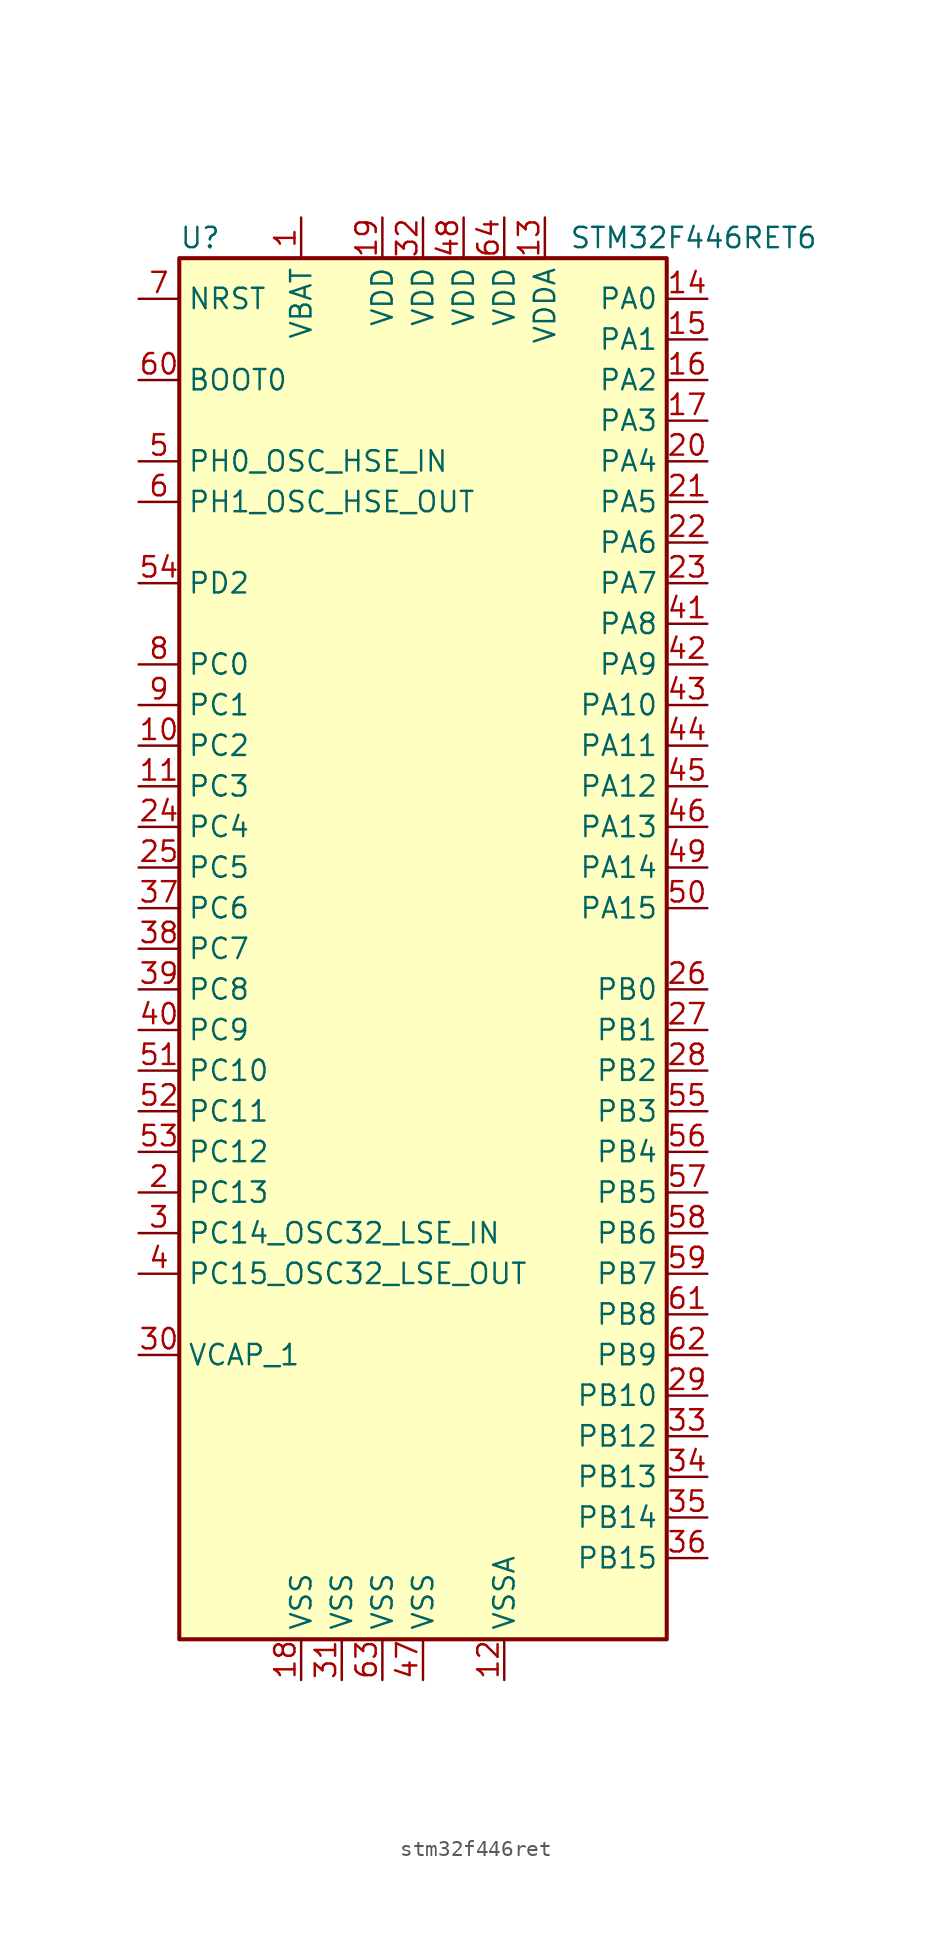
<source format=kicad_sym>
(kicad_symbol_lib
  (version 20241209)
  (generator "kicad_symbol_editor")
  (generator_version "9.0")
  (symbol "stm32f446ret"
    (property "Reference" "U"
      (at -15.24 44.45 0)
      (effects (font (size 1.27 1.27)) (justify left)))
    (property "Value" "STM32F446RET6"
      (at 9.144 44.45 0)
      (effects (font (size 1.27 1.27)) (justify left)))
    (symbol "stm32f446ret_0_1"
      (rectangle (start -15.24 -43.18) (end 15.24 43.18) (stroke (width 0.254) (type default)) (fill (type background))))
    (symbol "stm32f446ret_1_1"
      (pin input line (at -17.78 40.64 0) (length 2.54) (name "NRST" (effects (font (size 1.27 1.27)))) (number "7" (effects (font (size 1.27 1.27)))))
      (pin input line (at -17.78 35.56 0) (length 2.54) (name "BOOT0" (effects (font (size 1.27 1.27)))) (number "60" (effects (font (size 1.27 1.27)))))
      (pin bidirectional line (at -17.78 30.48 0) (length 2.54) (name "PH0_OSC_HSE_IN" (effects (font (size 1.27 1.27)))) (number "5" (effects (font (size 1.27 1.27)))) (alternate "RCC_OSC_IN" bidirectional line))
      (pin bidirectional line (at -17.78 27.94 0) (length 2.54) (name "PH1_OSC_HSE_OUT" (effects (font (size 1.27 1.27)))) (number "6" (effects (font (size 1.27 1.27)))) (alternate "RCC_OSC_OUT" bidirectional line))
      (pin bidirectional line (at -17.78 22.86 0) (length 2.54) (name "PD2" (effects (font (size 1.27 1.27)))) (number "54" (effects (font (size 1.27 1.27)))) (alternate "DCMI_D11" bidirectional line) (alternate "SDIO_CMD" bidirectional line) (alternate "TIM3_ETR" bidirectional line) (alternate "UART5_RX" bidirectional line))
      (pin bidirectional line (at -17.78 17.78 0) (length 2.54) (name "PC0" (effects (font (size 1.27 1.27)))) (number "8" (effects (font (size 1.27 1.27)))) (alternate "ADC1_IN10" bidirectional line) (alternate "ADC2_IN10" bidirectional line) (alternate "ADC3_IN10" bidirectional line) (alternate "SAI1_MCLK_B" bidirectional line) (alternate "USB_OTG_HS_ULPI_STP" bidirectional line))
      (pin bidirectional line (at -17.78 15.24 0) (length 2.54) (name "PC1" (effects (font (size 1.27 1.27)))) (number "9" (effects (font (size 1.27 1.27)))) (alternate "ADC1_IN11" bidirectional line) (alternate "ADC2_IN11" bidirectional line) (alternate "ADC3_IN11" bidirectional line) (alternate "I2S2_SD" bidirectional line) (alternate "I2S3_SD" bidirectional line) (alternate "SAI1_SD_A" bidirectional line) (alternate "SPI2_MOSI" bidirectional line) (alternate "SPI3_MOSI" bidirectional line))
      (pin bidirectional line (at -17.78 12.7 0) (length 2.54) (name "PC2" (effects (font (size 1.27 1.27)))) (number "10" (effects (font (size 1.27 1.27)))) (alternate "ADC1_IN12" bidirectional line) (alternate "ADC2_IN12" bidirectional line) (alternate "ADC3_IN12" bidirectional line) (alternate "SPI2_MISO" bidirectional line) (alternate "USB_OTG_HS_ULPI_DIR" bidirectional line))
      (pin bidirectional line (at -17.78 10.16 0) (length 2.54) (name "PC3" (effects (font (size 1.27 1.27)))) (number "11" (effects (font (size 1.27 1.27)))) (alternate "ADC1_IN13" bidirectional line) (alternate "ADC2_IN13" bidirectional line) (alternate "ADC3_IN13" bidirectional line) (alternate "I2S2_SD" bidirectional line) (alternate "SPI2_MOSI" bidirectional line) (alternate "USB_OTG_HS_ULPI_NXT" bidirectional line))
      (pin bidirectional line (at -17.78 7.62 0) (length 2.54) (name "PC4" (effects (font (size 1.27 1.27)))) (number "24" (effects (font (size 1.27 1.27)))) (alternate "ADC1_IN14" bidirectional line) (alternate "ADC2_IN14" bidirectional line) (alternate "I2S1_MCK" bidirectional line) (alternate "SPDIFRX_IN2" bidirectional line))
      (pin bidirectional line (at -17.78 5.08 0) (length 2.54) (name "PC5" (effects (font (size 1.27 1.27)))) (number "25" (effects (font (size 1.27 1.27)))) (alternate "ADC1_IN15" bidirectional line) (alternate "ADC2_IN15" bidirectional line) (alternate "SPDIFRX_IN3" bidirectional line) (alternate "USART3_RX" bidirectional line))
      (pin bidirectional line (at -17.78 2.54 0) (length 2.54) (name "PC6" (effects (font (size 1.27 1.27)))) (number "37" (effects (font (size 1.27 1.27)))) (alternate "DCMI_D0" bidirectional line) (alternate "FMPI2C1_SCL" bidirectional line) (alternate "I2S2_MCK" bidirectional line) (alternate "SDIO_D6" bidirectional line) (alternate "TIM3_CH1" bidirectional line) (alternate "TIM8_CH1" bidirectional line) (alternate "USART6_TX" bidirectional line))
      (pin bidirectional line (at -17.78 0 0) (length 2.54) (name "PC7" (effects (font (size 1.27 1.27)))) (number "38" (effects (font (size 1.27 1.27)))) (alternate "DCMI_D1" bidirectional line) (alternate "FMPI2C1_SDA" bidirectional line) (alternate "I2S2_CK" bidirectional line) (alternate "I2S3_MCK" bidirectional line) (alternate "SDIO_D7" bidirectional line) (alternate "SPDIFRX_IN1" bidirectional line) (alternate "SPI2_SCK" bidirectional line) (alternate "TIM3_CH2" bidirectional line) (alternate "TIM8_CH2" bidirectional line) (alternate "USART6_RX" bidirectional line))
      (pin bidirectional line (at -17.78 -2.54 0) (length 2.54) (name "PC8" (effects (font (size 1.27 1.27)))) (number "39" (effects (font (size 1.27 1.27)))) (alternate "DCMI_D2" bidirectional line) (alternate "SDIO_D0" bidirectional line) (alternate "SYS_TRACED0" bidirectional line) (alternate "TIM3_CH3" bidirectional line) (alternate "TIM8_CH3" bidirectional line) (alternate "UART5_RTS" bidirectional line) (alternate "USART6_CK" bidirectional line))
      (pin bidirectional line (at -17.78 -5.08 0) (length 2.54) (name "PC9" (effects (font (size 1.27 1.27)))) (number "40" (effects (font (size 1.27 1.27)))) (alternate "DAC_EXTI9" bidirectional line) (alternate "DCMI_D3" bidirectional line) (alternate "I2C3_SDA" bidirectional line) (alternate "I2S_CKIN" bidirectional line) (alternate "QUADSPI_BK1_IO0" bidirectional line) (alternate "RCC_MCO_2" bidirectional line) (alternate "SDIO_D1" bidirectional line) (alternate "TIM3_CH4" bidirectional line) (alternate "TIM8_CH4" bidirectional line) (alternate "UART5_CTS" bidirectional line))
      (pin bidirectional line (at -17.78 -7.62 0) (length 2.54) (name "PC10" (effects (font (size 1.27 1.27)))) (number "51" (effects (font (size 1.27 1.27)))) (alternate "DCMI_D8" bidirectional line) (alternate "I2S3_CK" bidirectional line) (alternate "QUADSPI_BK1_IO1" bidirectional line) (alternate "SDIO_D2" bidirectional line) (alternate "SPI3_SCK" bidirectional line) (alternate "UART4_TX" bidirectional line) (alternate "USART3_TX" bidirectional line))
      (pin bidirectional line (at -17.78 -10.16 0) (length 2.54) (name "PC11" (effects (font (size 1.27 1.27)))) (number "52" (effects (font (size 1.27 1.27)))) (alternate "ADC1_EXTI11" bidirectional line) (alternate "ADC2_EXTI11" bidirectional line) (alternate "ADC3_EXTI11" bidirectional line) (alternate "DCMI_D4" bidirectional line) (alternate "QUADSPI_BK2_NCS" bidirectional line) (alternate "SDIO_D3" bidirectional line) (alternate "SPI3_MISO" bidirectional line) (alternate "UART4_RX" bidirectional line) (alternate "USART3_RX" bidirectional line))
      (pin bidirectional line (at -17.78 -12.7 0) (length 2.54) (name "PC12" (effects (font (size 1.27 1.27)))) (number "53" (effects (font (size 1.27 1.27)))) (alternate "DCMI_D9" bidirectional line) (alternate "I2C2_SDA" bidirectional line) (alternate "I2S3_SD" bidirectional line) (alternate "SDIO_CK" bidirectional line) (alternate "SPI3_MOSI" bidirectional line) (alternate "UART5_TX" bidirectional line) (alternate "USART3_CK" bidirectional line))
      (pin bidirectional line (at -17.78 -15.24 0) (length 2.54) (name "PC13" (effects (font (size 1.27 1.27)))) (number "2" (effects (font (size 1.27 1.27)))) (alternate "RTC_AF1" bidirectional line) (alternate "SYS_WKUP1" bidirectional line))
      (pin bidirectional line (at -17.78 -17.78 0) (length 2.54) (name "PC14_OSC32_LSE_IN" (effects (font (size 1.27 1.27)))) (number "3" (effects (font (size 1.27 1.27)))) (alternate "RCC_OSC32_IN" bidirectional line))
      (pin bidirectional line (at -17.78 -20.32 0) (length 2.54) (name "PC15_OSC32_LSE_OUT" (effects (font (size 1.27 1.27)))) (number "4" (effects (font (size 1.27 1.27)))) (alternate "ADC1_EXTI15" bidirectional line) (alternate "ADC2_EXTI15" bidirectional line) (alternate "ADC3_EXTI15" bidirectional line) (alternate "RCC_OSC32_OUT" bidirectional line))
      (pin power_out line (at -17.78 -25.4 0) (length 2.54) (name "VCAP_1" (effects (font (size 1.27 1.27)))) (number "30" (effects (font (size 1.27 1.27)))))
      (pin power_in line (at -7.62 45.72 270) (length 2.54) (name "VBAT" (effects (font (size 1.27 1.27)))) (number "1" (effects (font (size 1.27 1.27)))))
      (pin power_in line (at -7.62 -45.72 90) (length 2.54) (name "VSS" (effects (font (size 1.27 1.27)))) (number "18" (effects (font (size 1.27 1.27)))))
      (pin power_in line (at -5.08 -45.72 90) (length 2.54) (name "VSS" (effects (font (size 1.27 1.27)))) (number "31" (effects (font (size 1.27 1.27)))))
      (pin power_in line (at -2.54 45.72 270) (length 2.54) (name "VDD" (effects (font (size 1.27 1.27)))) (number "19" (effects (font (size 1.27 1.27)))))
      (pin power_in line (at -2.54 -45.72 90) (length 2.54) (name "VSS" (effects (font (size 1.27 1.27)))) (number "63" (effects (font (size 1.27 1.27)))))
      (pin power_in line (at 0 45.72 270) (length 2.54) (name "VDD" (effects (font (size 1.27 1.27)))) (number "32" (effects (font (size 1.27 1.27)))))
      (pin power_in line (at 0 -45.72 90) (length 2.54) (name "VSS" (effects (font (size 1.27 1.27)))) (number "47" (effects (font (size 1.27 1.27)))))
      (pin power_in line (at 2.54 45.72 270) (length 2.54) (name "VDD" (effects (font (size 1.27 1.27)))) (number "48" (effects (font (size 1.27 1.27)))))
      (pin power_in line (at 5.08 45.72 270) (length 2.54) (name "VDD" (effects (font (size 1.27 1.27)))) (number "64" (effects (font (size 1.27 1.27)))))
      (pin power_in line (at 5.08 -45.72 90) (length 2.54) (name "VSSA" (effects (font (size 1.27 1.27)))) (number "12" (effects (font (size 1.27 1.27)))))
      (pin power_in line (at 7.62 45.72 270) (length 2.54) (name "VDDA" (effects (font (size 1.27 1.27)))) (number "13" (effects (font (size 1.27 1.27)))))
      (pin bidirectional line (at 17.78 40.64 180) (length 2.54) (name "PA0" (effects (font (size 1.27 1.27)))) (number "14" (effects (font (size 1.27 1.27)))) (alternate "ADC1_IN0" bidirectional line) (alternate "ADC2_IN0" bidirectional line) (alternate "ADC3_IN0" bidirectional line) (alternate "RTC_AF2" bidirectional line) (alternate "SYS_WKUP0" bidirectional line) (alternate "TIM2_CH1" bidirectional line) (alternate "TIM2_ETR" bidirectional line) (alternate "TIM5_CH1" bidirectional line) (alternate "TIM8_ETR" bidirectional line) (alternate "UART4_TX" bidirectional line) (alternate "USART2_CTS" bidirectional line))
      (pin bidirectional line (at 17.78 38.1 180) (length 2.54) (name "PA1" (effects (font (size 1.27 1.27)))) (number "15" (effects (font (size 1.27 1.27)))) (alternate "ADC1_IN1" bidirectional line) (alternate "ADC2_IN1" bidirectional line) (alternate "ADC3_IN1" bidirectional line) (alternate "QUADSPI_BK1_IO3" bidirectional line) (alternate "TIM2_CH2" bidirectional line) (alternate "TIM5_CH2" bidirectional line) (alternate "UART4_RX" bidirectional line) (alternate "USART2_RTS" bidirectional line))
      (pin bidirectional line (at 17.78 35.56 180) (length 2.54) (name "PA2" (effects (font (size 1.27 1.27)))) (number "16" (effects (font (size 1.27 1.27)))) (alternate "ADC1_IN2" bidirectional line) (alternate "ADC2_IN2" bidirectional line) (alternate "ADC3_IN2" bidirectional line) (alternate "TIM2_CH3" bidirectional line) (alternate "TIM5_CH3" bidirectional line) (alternate "TIM9_CH1" bidirectional line) (alternate "USART2_TX" bidirectional line))
      (pin bidirectional line (at 17.78 33.02 180) (length 2.54) (name "PA3" (effects (font (size 1.27 1.27)))) (number "17" (effects (font (size 1.27 1.27)))) (alternate "ADC1_IN3" bidirectional line) (alternate "ADC2_IN3" bidirectional line) (alternate "ADC3_IN3" bidirectional line) (alternate "SAI1_FS_A" bidirectional line) (alternate "TIM2_CH4" bidirectional line) (alternate "TIM5_CH4" bidirectional line) (alternate "TIM9_CH2" bidirectional line) (alternate "USART2_RX" bidirectional line) (alternate "USB_OTG_HS_ULPI_D0" bidirectional line))
      (pin bidirectional line (at 17.78 30.48 180) (length 2.54) (name "PA4" (effects (font (size 1.27 1.27)))) (number "20" (effects (font (size 1.27 1.27)))) (alternate "ADC1_IN4" bidirectional line) (alternate "ADC2_IN4" bidirectional line) (alternate "DAC_OUT1" bidirectional line) (alternate "DCMI_HSYNC" bidirectional line) (alternate "I2S1_WS" bidirectional line) (alternate "I2S3_WS" bidirectional line) (alternate "SPI1_NSS" bidirectional line) (alternate "SPI3_NSS" bidirectional line) (alternate "USART2_CK" bidirectional line) (alternate "USB_OTG_HS_SOF" bidirectional line))
      (pin bidirectional line (at 17.78 27.94 180) (length 2.54) (name "PA5" (effects (font (size 1.27 1.27)))) (number "21" (effects (font (size 1.27 1.27)))) (alternate "ADC1_IN5" bidirectional line) (alternate "ADC2_IN5" bidirectional line) (alternate "DAC_OUT2" bidirectional line) (alternate "I2S1_CK" bidirectional line) (alternate "SPI1_SCK" bidirectional line) (alternate "TIM2_CH1" bidirectional line) (alternate "TIM2_ETR" bidirectional line) (alternate "TIM8_CH1N" bidirectional line) (alternate "USB_OTG_HS_ULPI_CK" bidirectional line))
      (pin bidirectional line (at 17.78 25.4 180) (length 2.54) (name "PA6" (effects (font (size 1.27 1.27)))) (number "22" (effects (font (size 1.27 1.27)))) (alternate "ADC1_IN6" bidirectional line) (alternate "ADC2_IN6" bidirectional line) (alternate "DCMI_PIXCLK" bidirectional line) (alternate "I2S2_MCK" bidirectional line) (alternate "SPI1_MISO" bidirectional line) (alternate "TIM13_CH1" bidirectional line) (alternate "TIM1_BKIN" bidirectional line) (alternate "TIM3_CH1" bidirectional line) (alternate "TIM8_BKIN" bidirectional line))
      (pin bidirectional line (at 17.78 22.86 180) (length 2.54) (name "PA7" (effects (font (size 1.27 1.27)))) (number "23" (effects (font (size 1.27 1.27)))) (alternate "ADC1_IN7" bidirectional line) (alternate "ADC2_IN7" bidirectional line) (alternate "I2S1_SD" bidirectional line) (alternate "SPI1_MOSI" bidirectional line) (alternate "TIM14_CH1" bidirectional line) (alternate "TIM1_CH1N" bidirectional line) (alternate "TIM3_CH2" bidirectional line) (alternate "TIM8_CH1N" bidirectional line))
      (pin bidirectional line (at 17.78 20.32 180) (length 2.54) (name "PA8" (effects (font (size 1.27 1.27)))) (number "41" (effects (font (size 1.27 1.27)))) (alternate "I2C3_SCL" bidirectional line) (alternate "RCC_MCO_1" bidirectional line) (alternate "TIM1_CH1" bidirectional line) (alternate "USART1_CK" bidirectional line) (alternate "USB_OTG_FS_SOF" bidirectional line))
      (pin bidirectional line (at 17.78 17.78 180) (length 2.54) (name "PA9" (effects (font (size 1.27 1.27)))) (number "42" (effects (font (size 1.27 1.27)))) (alternate "DAC_EXTI9" bidirectional line) (alternate "DCMI_D0" bidirectional line) (alternate "I2C3_SMBA" bidirectional line) (alternate "I2S2_CK" bidirectional line) (alternate "SAI1_SD_B" bidirectional line) (alternate "SPI2_SCK" bidirectional line) (alternate "TIM1_CH2" bidirectional line) (alternate "USART1_TX" bidirectional line) (alternate "USB_OTG_FS_VBUS" bidirectional line))
      (pin bidirectional line (at 17.78 15.24 180) (length 2.54) (name "PA10" (effects (font (size 1.27 1.27)))) (number "43" (effects (font (size 1.27 1.27)))) (alternate "DCMI_D1" bidirectional line) (alternate "TIM1_CH3" bidirectional line) (alternate "USART1_RX" bidirectional line) (alternate "USB_OTG_FS_ID" bidirectional line))
      (pin bidirectional line (at 17.78 12.7 180) (length 2.54) (name "PA11" (effects (font (size 1.27 1.27)))) (number "44" (effects (font (size 1.27 1.27)))) (alternate "ADC1_EXTI11" bidirectional line) (alternate "ADC2_EXTI11" bidirectional line) (alternate "ADC3_EXTI11" bidirectional line) (alternate "CAN1_RX" bidirectional line) (alternate "TIM1_CH4" bidirectional line) (alternate "USART1_CTS" bidirectional line) (alternate "USB_OTG_FS_DM" bidirectional line))
      (pin bidirectional line (at 17.78 10.16 180) (length 2.54) (name "PA12" (effects (font (size 1.27 1.27)))) (number "45" (effects (font (size 1.27 1.27)))) (alternate "CAN1_TX" bidirectional line) (alternate "TIM1_ETR" bidirectional line) (alternate "USART1_RTS" bidirectional line) (alternate "USB_OTG_FS_DP" bidirectional line))
      (pin bidirectional line (at 17.78 7.62 180) (length 2.54) (name "PA13" (effects (font (size 1.27 1.27)))) (number "46" (effects (font (size 1.27 1.27)))) (alternate "SYS_JTMS-SWDIO" bidirectional line))
      (pin bidirectional line (at 17.78 5.08 180) (length 2.54) (name "PA14" (effects (font (size 1.27 1.27)))) (number "49" (effects (font (size 1.27 1.27)))) (alternate "SYS_JTCK-SWCLK" bidirectional line))
      (pin bidirectional line (at 17.78 2.54 180) (length 2.54) (name "PA15" (effects (font (size 1.27 1.27)))) (number "50" (effects (font (size 1.27 1.27)))) (alternate "ADC1_EXTI15" bidirectional line) (alternate "ADC2_EXTI15" bidirectional line) (alternate "ADC3_EXTI15" bidirectional line) (alternate "CEC" bidirectional line) (alternate "I2S1_WS" bidirectional line) (alternate "I2S3_WS" bidirectional line) (alternate "SPI1_NSS" bidirectional line) (alternate "SPI3_NSS" bidirectional line) (alternate "SYS_JTDI" bidirectional line) (alternate "TIM2_CH1" bidirectional line) (alternate "TIM2_ETR" bidirectional line) (alternate "UART4_RTS" bidirectional line))
      (pin bidirectional line (at 17.78 -2.54 180) (length 2.54) (name "PB0" (effects (font (size 1.27 1.27)))) (number "26" (effects (font (size 1.27 1.27)))) (alternate "ADC1_IN8" bidirectional line) (alternate "ADC2_IN8" bidirectional line) (alternate "I2S3_SD" bidirectional line) (alternate "SDIO_D1" bidirectional line) (alternate "SPI3_MOSI" bidirectional line) (alternate "TIM1_CH2N" bidirectional line) (alternate "TIM3_CH3" bidirectional line) (alternate "TIM8_CH2N" bidirectional line) (alternate "UART4_CTS" bidirectional line) (alternate "USB_OTG_HS_ULPI_D1" bidirectional line))
      (pin bidirectional line (at 17.78 -5.08 180) (length 2.54) (name "PB1" (effects (font (size 1.27 1.27)))) (number "27" (effects (font (size 1.27 1.27)))) (alternate "ADC1_IN9" bidirectional line) (alternate "ADC2_IN9" bidirectional line) (alternate "SDIO_D2" bidirectional line) (alternate "TIM1_CH3N" bidirectional line) (alternate "TIM3_CH4" bidirectional line) (alternate "TIM8_CH3N" bidirectional line) (alternate "USB_OTG_HS_ULPI_D2" bidirectional line))
      (pin bidirectional line (at 17.78 -7.62 180) (length 2.54) (name "PB2" (effects (font (size 1.27 1.27)))) (number "28" (effects (font (size 1.27 1.27)))) (alternate "I2S3_SD" bidirectional line) (alternate "QUADSPI_CLK" bidirectional line) (alternate "SAI1_SD_A" bidirectional line) (alternate "SDIO_CK" bidirectional line) (alternate "SPI3_MOSI" bidirectional line) (alternate "TIM2_CH4" bidirectional line) (alternate "USB_OTG_HS_ULPI_D4" bidirectional line))
      (pin bidirectional line (at 17.78 -10.16 180) (length 2.54) (name "PB3" (effects (font (size 1.27 1.27)))) (number "55" (effects (font (size 1.27 1.27)))) (alternate "I2C2_SDA" bidirectional line) (alternate "I2S1_CK" bidirectional line) (alternate "I2S3_CK" bidirectional line) (alternate "SPI1_SCK" bidirectional line) (alternate "SPI3_SCK" bidirectional line) (alternate "SYS_JTDO-SWO" bidirectional line) (alternate "TIM2_CH2" bidirectional line))
      (pin bidirectional line (at 17.78 -12.7 180) (length 2.54) (name "PB4" (effects (font (size 1.27 1.27)))) (number "56" (effects (font (size 1.27 1.27)))) (alternate "I2C3_SDA" bidirectional line) (alternate "I2S2_WS" bidirectional line) (alternate "SPI1_MISO" bidirectional line) (alternate "SPI2_NSS" bidirectional line) (alternate "SPI3_MISO" bidirectional line) (alternate "SYS_JTRST" bidirectional line) (alternate "TIM3_CH1" bidirectional line))
      (pin bidirectional line (at 17.78 -15.24 180) (length 2.54) (name "PB5" (effects (font (size 1.27 1.27)))) (number "57" (effects (font (size 1.27 1.27)))) (alternate "CAN2_RX" bidirectional line) (alternate "DCMI_D10" bidirectional line) (alternate "I2C1_SMBA" bidirectional line) (alternate "I2S1_SD" bidirectional line) (alternate "I2S3_SD" bidirectional line) (alternate "SPI1_MOSI" bidirectional line) (alternate "SPI3_MOSI" bidirectional line) (alternate "TIM3_CH2" bidirectional line) (alternate "USB_OTG_HS_ULPI_D7" bidirectional line))
      (pin bidirectional line (at 17.78 -17.78 180) (length 2.54) (name "PB6" (effects (font (size 1.27 1.27)))) (number "58" (effects (font (size 1.27 1.27)))) (alternate "CAN2_TX" bidirectional line) (alternate "CEC" bidirectional line) (alternate "DCMI_D5" bidirectional line) (alternate "I2C1_SCL" bidirectional line) (alternate "QUADSPI_BK1_NCS" bidirectional line) (alternate "TIM4_CH1" bidirectional line) (alternate "USART1_TX" bidirectional line))
      (pin bidirectional line (at 17.78 -20.32 180) (length 2.54) (name "PB7" (effects (font (size 1.27 1.27)))) (number "59" (effects (font (size 1.27 1.27)))) (alternate "DCMI_VSYNC" bidirectional line) (alternate "I2C1_SDA" bidirectional line) (alternate "SPDIFRX_IN0" bidirectional line) (alternate "TIM4_CH2" bidirectional line) (alternate "USART1_RX" bidirectional line))
      (pin bidirectional line (at 17.78 -22.86 180) (length 2.54) (name "PB8" (effects (font (size 1.27 1.27)))) (number "61" (effects (font (size 1.27 1.27)))) (alternate "CAN1_RX" bidirectional line) (alternate "DCMI_D6" bidirectional line) (alternate "I2C1_SCL" bidirectional line) (alternate "SDIO_D4" bidirectional line) (alternate "TIM10_CH1" bidirectional line) (alternate "TIM2_CH1" bidirectional line) (alternate "TIM2_ETR" bidirectional line) (alternate "TIM4_CH3" bidirectional line))
      (pin bidirectional line (at 17.78 -25.4 180) (length 2.54) (name "PB9" (effects (font (size 1.27 1.27)))) (number "62" (effects (font (size 1.27 1.27)))) (alternate "CAN1_TX" bidirectional line) (alternate "DAC_EXTI9" bidirectional line) (alternate "DCMI_D7" bidirectional line) (alternate "I2C1_SDA" bidirectional line) (alternate "I2S2_WS" bidirectional line) (alternate "SAI1_FS_B" bidirectional line) (alternate "SDIO_D5" bidirectional line) (alternate "SPI2_NSS" bidirectional line) (alternate "TIM11_CH1" bidirectional line) (alternate "TIM2_CH2" bidirectional line) (alternate "TIM4_CH4" bidirectional line))
      (pin bidirectional line (at 17.78 -27.94 180) (length 2.54) (name "PB10" (effects (font (size 1.27 1.27)))) (number "29" (effects (font (size 1.27 1.27)))) (alternate "I2C2_SCL" bidirectional line) (alternate "I2S2_CK" bidirectional line) (alternate "SAI1_SCK_A" bidirectional line) (alternate "SPI2_SCK" bidirectional line) (alternate "TIM2_CH3" bidirectional line) (alternate "USART3_TX" bidirectional line) (alternate "USB_OTG_HS_ULPI_D3" bidirectional line))
      (pin bidirectional line (at 17.78 -30.48 180) (length 2.54) (name "PB12" (effects (font (size 1.27 1.27)))) (number "33" (effects (font (size 1.27 1.27)))) (alternate "CAN2_RX" bidirectional line) (alternate "I2C2_SMBA" bidirectional line) (alternate "I2S2_WS" bidirectional line) (alternate "SAI1_SCK_B" bidirectional line) (alternate "SPI2_NSS" bidirectional line) (alternate "TIM1_BKIN" bidirectional line) (alternate "USART3_CK" bidirectional line) (alternate "USB_OTG_HS_ID" bidirectional line) (alternate "USB_OTG_HS_ULPI_D5" bidirectional line))
      (pin bidirectional line (at 17.78 -33.02 180) (length 2.54) (name "PB13" (effects (font (size 1.27 1.27)))) (number "34" (effects (font (size 1.27 1.27)))) (alternate "CAN2_TX" bidirectional line) (alternate "I2S2_CK" bidirectional line) (alternate "SPI2_SCK" bidirectional line) (alternate "TIM1_CH1N" bidirectional line) (alternate "USART3_CTS" bidirectional line) (alternate "USB_OTG_HS_ULPI_D6" bidirectional line) (alternate "USB_OTG_HS_VBUS" bidirectional line))
      (pin bidirectional line (at 17.78 -35.56 180) (length 2.54) (name "PB14" (effects (font (size 1.27 1.27)))) (number "35" (effects (font (size 1.27 1.27)))) (alternate "SPI2_MISO" bidirectional line) (alternate "TIM12_CH1" bidirectional line) (alternate "TIM1_CH2N" bidirectional line) (alternate "TIM8_CH2N" bidirectional line) (alternate "USART3_RTS" bidirectional line) (alternate "USB_OTG_HS_DM" bidirectional line))
      (pin bidirectional line (at 17.78 -38.1 180) (length 2.54) (name "PB15" (effects (font (size 1.27 1.27)))) (number "36" (effects (font (size 1.27 1.27)))) (alternate "ADC1_EXTI15" bidirectional line) (alternate "ADC2_EXTI15" bidirectional line) (alternate "ADC3_EXTI15" bidirectional line) (alternate "I2S2_SD" bidirectional line) (alternate "RTC_REFIN" bidirectional line) (alternate "SPI2_MOSI" bidirectional line) (alternate "TIM12_CH2" bidirectional line) (alternate "TIM1_CH3N" bidirectional line) (alternate "TIM8_CH3N" bidirectional line) (alternate "USB_OTG_HS_DP" bidirectional line)))))
</source>
